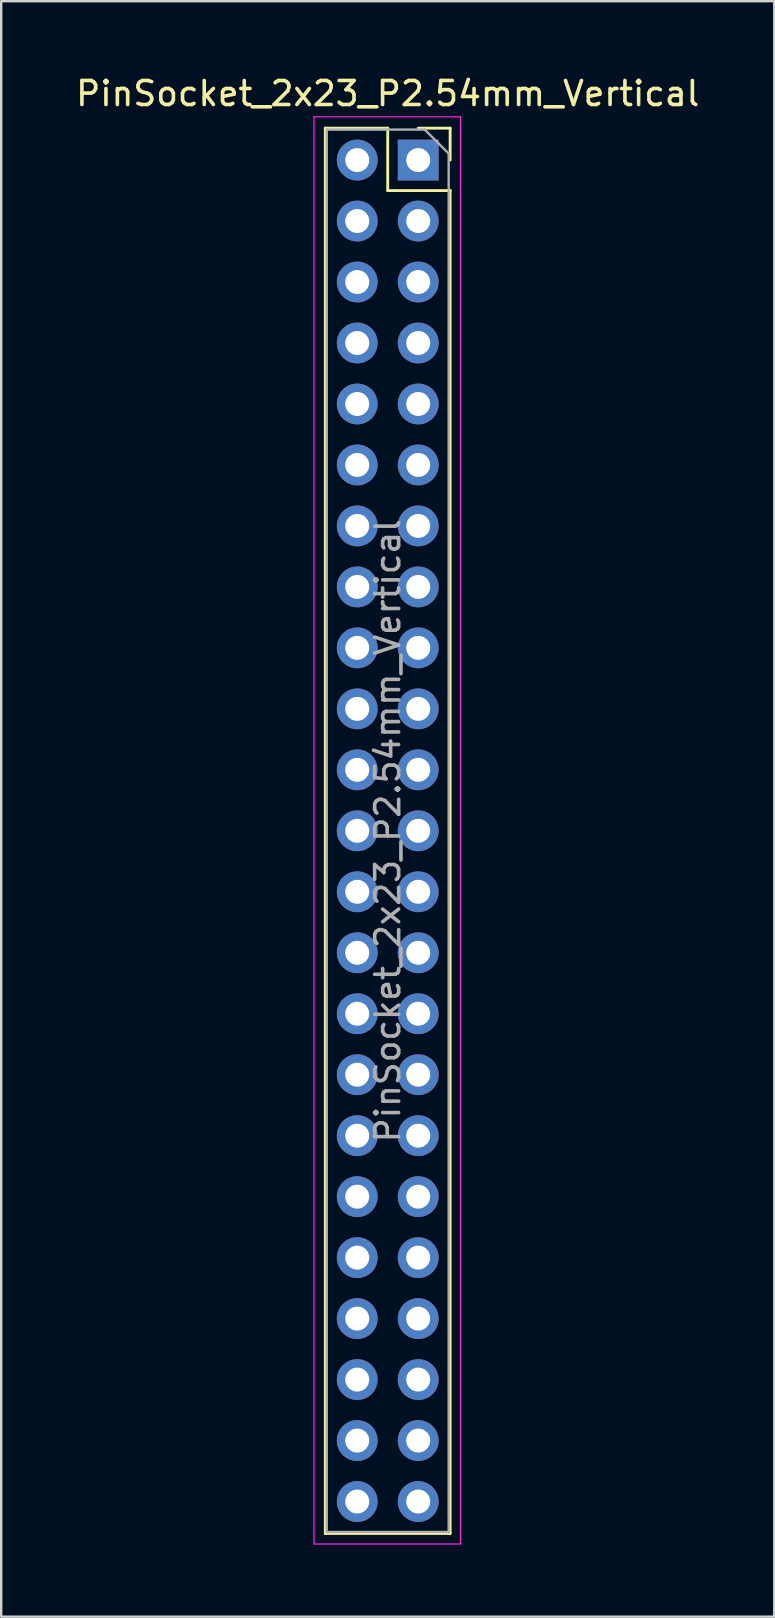
<source format=kicad_pcb>
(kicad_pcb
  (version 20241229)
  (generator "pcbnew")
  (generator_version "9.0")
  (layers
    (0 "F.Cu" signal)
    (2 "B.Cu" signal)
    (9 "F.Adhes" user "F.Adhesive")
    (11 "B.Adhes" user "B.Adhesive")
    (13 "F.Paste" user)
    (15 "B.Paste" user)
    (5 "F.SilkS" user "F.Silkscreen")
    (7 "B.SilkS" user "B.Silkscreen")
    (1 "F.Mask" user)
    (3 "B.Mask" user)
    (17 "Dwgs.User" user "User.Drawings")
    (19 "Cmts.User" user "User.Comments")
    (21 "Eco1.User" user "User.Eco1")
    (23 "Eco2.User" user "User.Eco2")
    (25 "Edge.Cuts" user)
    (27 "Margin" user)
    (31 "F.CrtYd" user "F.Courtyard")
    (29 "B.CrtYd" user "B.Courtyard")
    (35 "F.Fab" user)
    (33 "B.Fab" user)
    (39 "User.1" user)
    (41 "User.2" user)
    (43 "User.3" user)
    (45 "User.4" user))
  (footprint "PinSocket_2x23_P2.54mm_Vertical"
    (layer "F.Cu")
    (at 14.371 3.618)
    (property "Reference" "PinSocket_2x23_P2.54mm_Vertical" (at -1.27 -2.77 0) (layer "F.SilkS") (effects (font (size 1 1) (thickness 0.15))))
    (attr through_hole)
    (fp_line (start -3.87 -1.33) (end -3.87 57.21) (stroke (width 0.12) (type solid)) (layer "F.SilkS"))
    (fp_line (start -3.87 -1.33) (end -1.27 -1.33) (stroke (width 0.12) (type solid)) (layer "F.SilkS"))
    (fp_line (start -3.87 57.21) (end 1.33 57.21) (stroke (width 0.12) (type solid)) (layer "F.SilkS"))
    (fp_line (start -1.27 -1.33) (end -1.27 1.27) (stroke (width 0.12) (type solid)) (layer "F.SilkS"))
    (fp_line (start -1.27 1.27) (end 1.33 1.27) (stroke (width 0.12) (type solid)) (layer "F.SilkS"))
    (fp_line (start 0 -1.33) (end 1.33 -1.33) (stroke (width 0.12) (type solid)) (layer "F.SilkS"))
    (fp_line (start 1.33 -1.33) (end 1.33 0) (stroke (width 0.12) (type solid)) (layer "F.SilkS"))
    (fp_line (start 1.33 1.27) (end 1.33 57.21) (stroke (width 0.12) (type solid)) (layer "F.SilkS"))
    (fp_line (start -4.34 -1.8) (end 1.76 -1.8) (stroke (width 0.05) (type solid)) (layer "F.CrtYd"))
    (fp_line (start -4.34 57.65) (end -4.34 -1.8) (stroke (width 0.05) (type solid)) (layer "F.CrtYd"))
    (fp_line (start 1.76 -1.8) (end 1.76 57.65) (stroke (width 0.05) (type solid)) (layer "F.CrtYd"))
    (fp_line (start 1.76 57.65) (end -4.34 57.65) (stroke (width 0.05) (type solid)) (layer "F.CrtYd"))
    (fp_line (start -3.81 -1.27) (end 0.27 -1.27) (stroke (width 0.1) (type solid)) (layer "F.Fab"))
    (fp_line (start -3.81 57.15) (end -3.81 -1.27) (stroke (width 0.1) (type solid)) (layer "F.Fab"))
    (fp_line (start 0.27 -1.27) (end 1.27 -0.27) (stroke (width 0.1) (type solid)) (layer "F.Fab"))
    (fp_line (start 1.27 -0.27) (end 1.27 57.15) (stroke (width 0.1) (type solid)) (layer "F.Fab"))
    (fp_line (start 1.27 57.15) (end -3.81 57.15) (stroke (width 0.1) (type solid)) (layer "F.Fab"))
    (fp_text user "${REFERENCE}" (at -1.27 27.94 90) (layer "F.Fab") (effects (font (size 1 1) (thickness 0.15))))
    (pad "1" thru_hole rect (at 0 0) (size 1.7 1.7) (drill 1) (layers "*.Cu" "*.Mask"))
    (pad "2" thru_hole oval (at -2.54 0) (size 1.7 1.7) (drill 1) (layers "*.Cu" "*.Mask"))
    (pad "3" thru_hole oval (at 0 2.54) (size 1.7 1.7) (drill 1) (layers "*.Cu" "*.Mask"))
    (pad "4" thru_hole oval (at -2.54 2.54) (size 1.7 1.7) (drill 1) (layers "*.Cu" "*.Mask"))
    (pad "5" thru_hole oval (at 0 5.08) (size 1.7 1.7) (drill 1) (layers "*.Cu" "*.Mask"))
    (pad "6" thru_hole oval (at -2.54 5.08) (size 1.7 1.7) (drill 1) (layers "*.Cu" "*.Mask"))
    (pad "7" thru_hole oval (at 0 7.62) (size 1.7 1.7) (drill 1) (layers "*.Cu" "*.Mask"))
    (pad "8" thru_hole oval (at -2.54 7.62) (size 1.7 1.7) (drill 1) (layers "*.Cu" "*.Mask"))
    (pad "9" thru_hole oval (at 0 10.16) (size 1.7 1.7) (drill 1) (layers "*.Cu" "*.Mask"))
    (pad "10" thru_hole oval (at -2.54 10.16) (size 1.7 1.7) (drill 1) (layers "*.Cu" "*.Mask"))
    (pad "11" thru_hole oval (at 0 12.7) (size 1.7 1.7) (drill 1) (layers "*.Cu" "*.Mask"))
    (pad "12" thru_hole oval (at -2.54 12.7) (size 1.7 1.7) (drill 1) (layers "*.Cu" "*.Mask"))
    (pad "13" thru_hole oval (at 0 15.24) (size 1.7 1.7) (drill 1) (layers "*.Cu" "*.Mask"))
    (pad "14" thru_hole oval (at -2.54 15.24) (size 1.7 1.7) (drill 1) (layers "*.Cu" "*.Mask"))
    (pad "15" thru_hole oval (at 0 17.78) (size 1.7 1.7) (drill 1) (layers "*.Cu" "*.Mask"))
    (pad "16" thru_hole oval (at -2.54 17.78) (size 1.7 1.7) (drill 1) (layers "*.Cu" "*.Mask"))
    (pad "17" thru_hole oval (at 0 20.32) (size 1.7 1.7) (drill 1) (layers "*.Cu" "*.Mask"))
    (pad "18" thru_hole oval (at -2.54 20.32) (size 1.7 1.7) (drill 1) (layers "*.Cu" "*.Mask"))
    (pad "19" thru_hole oval (at 0 22.86) (size 1.7 1.7) (drill 1) (layers "*.Cu" "*.Mask"))
    (pad "20" thru_hole oval (at -2.54 22.86) (size 1.7 1.7) (drill 1) (layers "*.Cu" "*.Mask"))
    (pad "21" thru_hole oval (at 0 25.4) (size 1.7 1.7) (drill 1) (layers "*.Cu" "*.Mask"))
    (pad "22" thru_hole oval (at -2.54 25.4) (size 1.7 1.7) (drill 1) (layers "*.Cu" "*.Mask"))
    (pad "23" thru_hole oval (at 0 27.94) (size 1.7 1.7) (drill 1) (layers "*.Cu" "*.Mask"))
    (pad "24" thru_hole oval (at -2.54 27.94) (size 1.7 1.7) (drill 1) (layers "*.Cu" "*.Mask"))
    (pad "25" thru_hole oval (at 0 30.48) (size 1.7 1.7) (drill 1) (layers "*.Cu" "*.Mask"))
    (pad "26" thru_hole oval (at -2.54 30.48) (size 1.7 1.7) (drill 1) (layers "*.Cu" "*.Mask"))
    (pad "27" thru_hole oval (at 0 33.02) (size 1.7 1.7) (drill 1) (layers "*.Cu" "*.Mask"))
    (pad "28" thru_hole oval (at -2.54 33.02) (size 1.7 1.7) (drill 1) (layers "*.Cu" "*.Mask"))
    (pad "29" thru_hole oval (at 0 35.56) (size 1.7 1.7) (drill 1) (layers "*.Cu" "*.Mask"))
    (pad "30" thru_hole oval (at -2.54 35.56) (size 1.7 1.7) (drill 1) (layers "*.Cu" "*.Mask"))
    (pad "31" thru_hole oval (at 0 38.1) (size 1.7 1.7) (drill 1) (layers "*.Cu" "*.Mask"))
    (pad "32" thru_hole oval (at -2.54 38.1) (size 1.7 1.7) (drill 1) (layers "*.Cu" "*.Mask"))
    (pad "33" thru_hole oval (at 0 40.64) (size 1.7 1.7) (drill 1) (layers "*.Cu" "*.Mask"))
    (pad "34" thru_hole oval (at -2.54 40.64) (size 1.7 1.7) (drill 1) (layers "*.Cu" "*.Mask"))
    (pad "35" thru_hole oval (at 0 43.18) (size 1.7 1.7) (drill 1) (layers "*.Cu" "*.Mask"))
    (pad "36" thru_hole oval (at -2.54 43.18) (size 1.7 1.7) (drill 1) (layers "*.Cu" "*.Mask"))
    (pad "37" thru_hole oval (at 0 45.72) (size 1.7 1.7) (drill 1) (layers "*.Cu" "*.Mask"))
    (pad "38" thru_hole oval (at -2.54 45.72) (size 1.7 1.7) (drill 1) (layers "*.Cu" "*.Mask"))
    (pad "39" thru_hole oval (at 0 48.26) (size 1.7 1.7) (drill 1) (layers "*.Cu" "*.Mask"))
    (pad "40" thru_hole oval (at -2.54 48.26) (size 1.7 1.7) (drill 1) (layers "*.Cu" "*.Mask"))
    (pad "41" thru_hole oval (at 0 50.8) (size 1.7 1.7) (drill 1) (layers "*.Cu" "*.Mask"))
    (pad "42" thru_hole oval (at -2.54 50.8) (size 1.7 1.7) (drill 1) (layers "*.Cu" "*.Mask"))
    (pad "43" thru_hole oval (at 0 53.34) (size 1.7 1.7) (drill 1) (layers "*.Cu" "*.Mask"))
    (pad "44" thru_hole oval (at -2.54 53.34) (size 1.7 1.7) (drill 1) (layers "*.Cu" "*.Mask"))
    (pad "45" thru_hole oval (at 0 55.88) (size 1.7 1.7) (drill 1) (layers "*.Cu" "*.Mask"))
    (pad "46" thru_hole oval (at -2.54 55.88) (size 1.7 1.7) (drill 1) (layers "*.Cu" "*.Mask")))
  (gr_rect
    (start -3 -3)
    (end 29.202 64.293)
    (stroke (width 0.1) (type default))
    (fill no)
    (layer "Edge.Cuts")))
</source>
